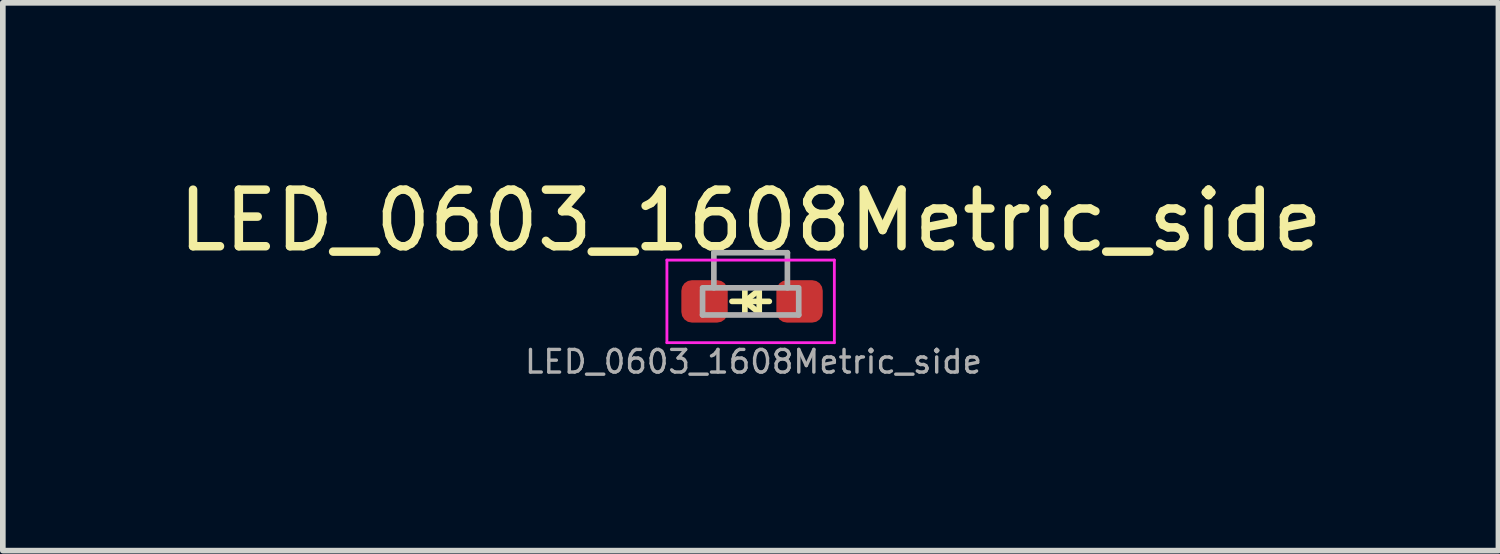
<source format=kicad_pcb>
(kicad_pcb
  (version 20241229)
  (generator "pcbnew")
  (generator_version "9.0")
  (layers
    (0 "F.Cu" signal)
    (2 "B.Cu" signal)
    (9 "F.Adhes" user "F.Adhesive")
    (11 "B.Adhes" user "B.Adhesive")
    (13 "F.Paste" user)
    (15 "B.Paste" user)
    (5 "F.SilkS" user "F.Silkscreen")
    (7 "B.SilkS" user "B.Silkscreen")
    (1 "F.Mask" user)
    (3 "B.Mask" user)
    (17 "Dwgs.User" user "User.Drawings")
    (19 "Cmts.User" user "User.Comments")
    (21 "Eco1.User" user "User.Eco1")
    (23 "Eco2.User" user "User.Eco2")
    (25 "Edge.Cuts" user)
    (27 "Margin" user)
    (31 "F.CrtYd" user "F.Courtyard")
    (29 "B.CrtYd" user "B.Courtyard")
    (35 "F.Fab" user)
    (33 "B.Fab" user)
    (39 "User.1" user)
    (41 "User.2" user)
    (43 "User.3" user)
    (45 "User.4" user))
  (footprint "LED_0603_1608Metric_side"
    (layer "F.Cu")
    (at 10.22 2.278)
    (property "Reference" "LED_0603_1608Metric_side" (at 0 -1.43 0) (layer "F.SilkS") (effects (font (size 1 1) (thickness 0.15))))
    (attr smd)
    (fp_line (start -0.102 0) (end 0.152 0.203) (stroke (width 0.1) (type default)) (layer "F.SilkS"))
    (fp_line (start -0.102 0.203) (end -0.102 -0.203) (stroke (width 0.1) (type default)) (layer "F.SilkS"))
    (fp_line (start 0.152 -0.203) (end -0.102 0) (stroke (width 0.1) (type default)) (layer "F.SilkS"))
    (fp_line (start 0.152 0.203) (end 0.152 -0.203) (stroke (width 0.1) (type default)) (layer "F.SilkS"))
    (fp_line (start 0.33 0) (end -0.33 0) (stroke (width 0.1) (type default)) (layer "F.SilkS"))
    (fp_line (start -1.48 -0.73) (end 1.48 -0.73) (stroke (width 0.05) (type solid)) (layer "F.CrtYd"))
    (fp_line (start -1.48 0.73) (end -1.48 -0.73) (stroke (width 0.05) (type solid)) (layer "F.CrtYd"))
    (fp_line (start 1.48 -0.73) (end 1.48 0.73) (stroke (width 0.05) (type solid)) (layer "F.CrtYd"))
    (fp_line (start 1.48 0.73) (end -1.48 0.73) (stroke (width 0.05) (type solid)) (layer "F.CrtYd"))
    (fp_line (start -0.85 -0.24) (end 0.85 -0.24) (stroke (width 0.1) (type default)) (layer "F.Fab"))
    (fp_line (start -0.85 0.24) (end -0.85 -0.203) (stroke (width 0.1) (type default)) (layer "F.Fab"))
    (fp_line (start -0.85 0.24) (end 0.85 0.24) (stroke (width 0.1) (type default)) (layer "F.Fab"))
    (fp_line (start -0.65 -0.86) (end 0.65 -0.86) (stroke (width 0.1) (type default)) (layer "F.Fab"))
    (fp_line (start -0.65 -0.24) (end -0.65 -0.86) (stroke (width 0.1) (type default)) (layer "F.Fab"))
    (fp_line (start 0.65 -0.86) (end 0.65 -0.24) (stroke (width 0.1) (type default)) (layer "F.Fab"))
    (fp_line (start 0.85 -0.203) (end 0.85 0.24) (stroke (width 0.1) (type default)) (layer "F.Fab"))
    (fp_text user "${REFERENCE}" (at 0.051 1.067 0) (layer "F.Fab") (effects (font (size 0.4 0.4) (thickness 0.06))))
    (pad "1" smd roundrect (at -0.815 0) (size 0.82 0.75) (layers "F.Cu" "F.Mask" "F.Paste") (roundrect_rratio 0.25))
    (pad "2" smd roundrect (at 0.865 0) (size 0.82 0.75) (layers "F.Cu" "F.Mask" "F.Paste") (roundrect_rratio 0.25)))
  (gr_rect
    (start -3 -3)
    (end 23.44 6.684)
    (stroke (width 0.1) (type default))
    (fill no)
    (layer "Edge.Cuts")))
</source>
